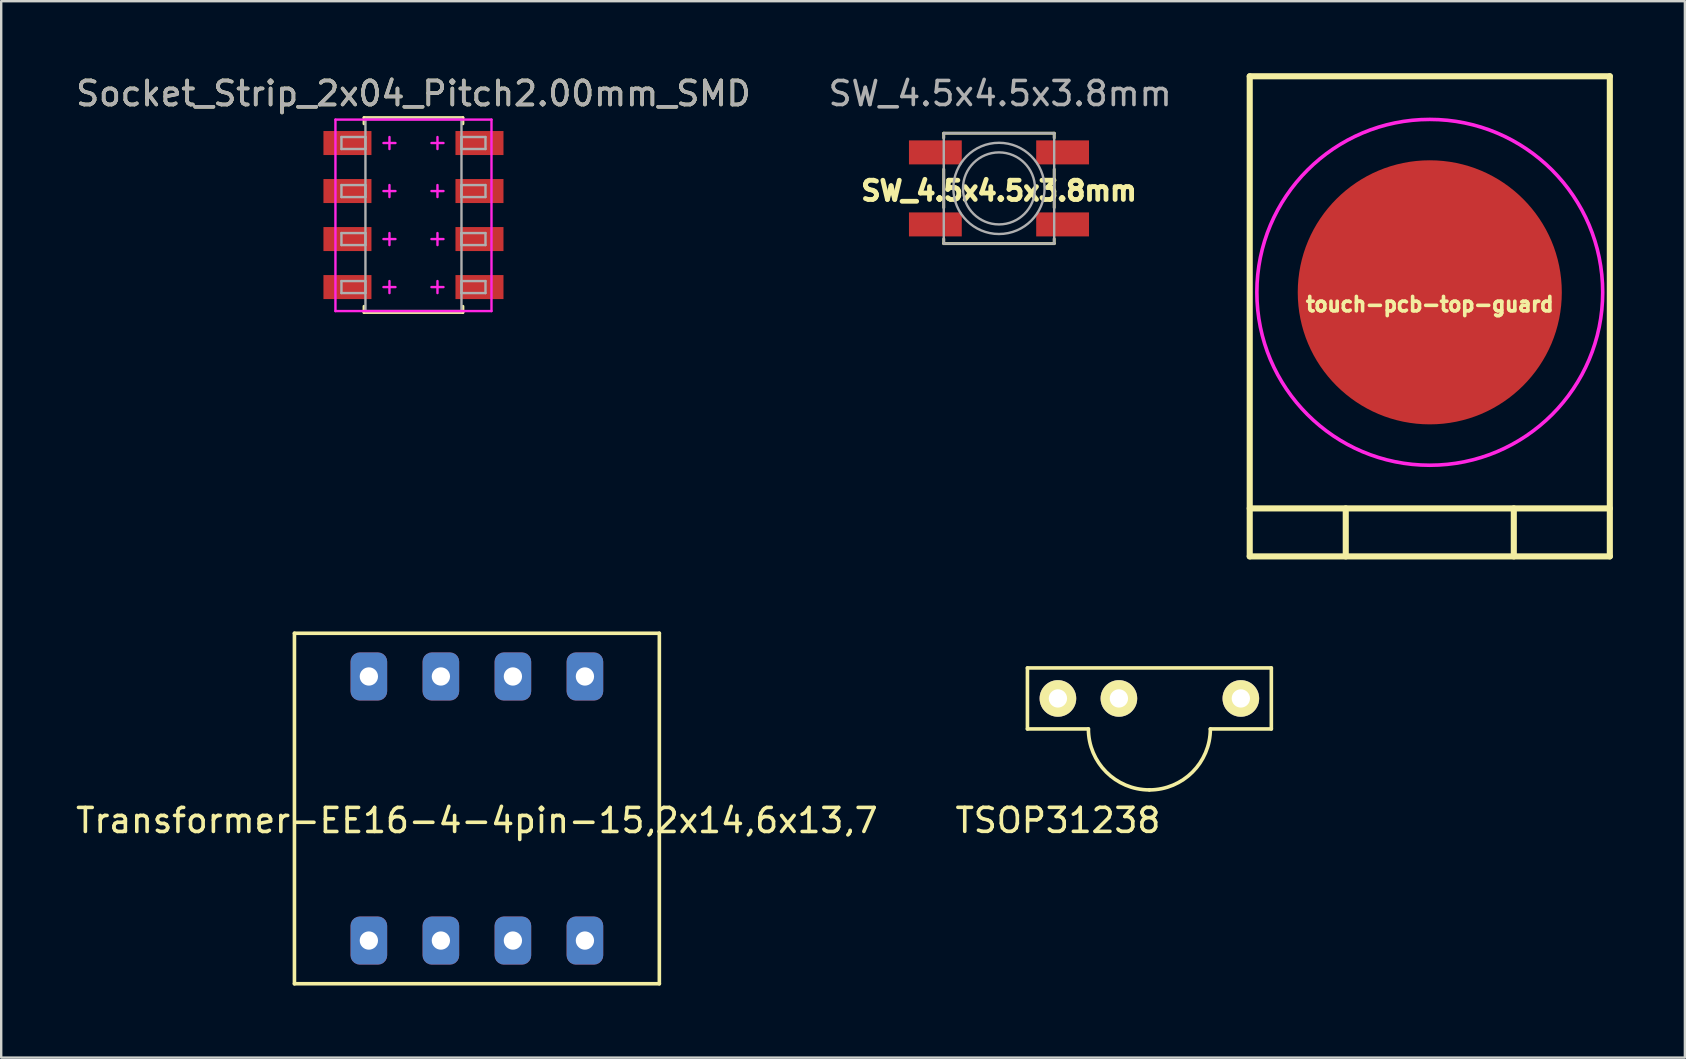
<source format=kicad_pcb>
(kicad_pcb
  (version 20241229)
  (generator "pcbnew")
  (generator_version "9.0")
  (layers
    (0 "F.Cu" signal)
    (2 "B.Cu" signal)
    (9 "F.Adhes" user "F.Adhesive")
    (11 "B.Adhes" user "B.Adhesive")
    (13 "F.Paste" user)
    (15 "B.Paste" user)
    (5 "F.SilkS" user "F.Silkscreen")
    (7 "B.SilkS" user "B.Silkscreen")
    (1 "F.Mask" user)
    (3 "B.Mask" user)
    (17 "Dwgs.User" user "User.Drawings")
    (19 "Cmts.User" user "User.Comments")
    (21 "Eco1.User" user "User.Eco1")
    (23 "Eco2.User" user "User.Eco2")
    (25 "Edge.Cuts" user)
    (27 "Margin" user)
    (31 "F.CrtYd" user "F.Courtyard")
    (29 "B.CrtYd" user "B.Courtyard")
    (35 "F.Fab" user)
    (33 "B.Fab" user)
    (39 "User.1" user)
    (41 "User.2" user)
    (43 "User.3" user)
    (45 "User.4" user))
  (footprint "touch-pcb-top-guard"
    (layer "F.Cu")
    (at 56.508 9.127)
    (property "Reference" "touch-pcb-top-guard" (at 0 0.5 0) (layer "F.SilkS") (effects (font (size 0.6 0.6) (thickness 0.15))))
    (attr through_hole)
    (fp_line (start -7.5 -9) (end 7.5 -9) (stroke (width 0.254) (type solid)) (layer "F.SilkS"))
    (fp_line (start -7.5 9) (end 7.5 9) (stroke (width 0.254) (type solid)) (layer "F.SilkS"))
    (fp_line (start -7.5 11) (end -7.5 -9) (stroke (width 0.254) (type solid)) (layer "F.SilkS"))
    (fp_line (start -3.5 9) (end -3.5 11) (stroke (width 0.254) (type solid)) (layer "F.SilkS"))
    (fp_line (start 3.5 9) (end 3.5 11) (stroke (width 0.254) (type solid)) (layer "F.SilkS"))
    (fp_line (start 7.5 -9) (end 7.5 11) (stroke (width 0.254) (type solid)) (layer "F.SilkS"))
    (fp_line (start 7.5 11) (end -7.5 11) (stroke (width 0.254) (type solid)) (layer "F.SilkS"))
    (fp_circle (center 0 0) (end 7.2 0.2) (stroke (width 0.15) (type solid)) (fill no) (layer "F.CrtYd"))
    (pad "1" smd circle (at 0 0) (size 11 11) (layers "F.Cu")))
  (footprint "SW_4.5x4.5x3.8mm"
    (layer "F.Cu")
    (at 38.563 4.798)
    (property "Reference" "SW_4.5x4.5x3.8mm" (at 0 0.1 0) (layer "F.SilkS") (effects (font (size 0.8 0.8) (thickness 0.2))))
    (attr smd)
    (fp_line (start -2.3 -2.3) (end -2.3 -2.1) (stroke (width 0.12) (type solid)) (layer "F.SilkS"))
    (fp_line (start -2.3 -0.8) (end -2.3 0.8) (stroke (width 0.12) (type solid)) (layer "F.SilkS"))
    (fp_line (start -2.3 2.3) (end -2.3 2.1) (stroke (width 0.12) (type solid)) (layer "F.SilkS"))
    (fp_line (start -2.3 2.3) (end 2.3 2.3) (stroke (width 0.12) (type solid)) (layer "F.SilkS"))
    (fp_line (start 2.3 -2.3) (end -2.3 -2.3) (stroke (width 0.12) (type solid)) (layer "F.SilkS"))
    (fp_line (start 2.3 -2.3) (end 2.3 -2.1) (stroke (width 0.12) (type solid)) (layer "F.SilkS"))
    (fp_line (start 2.3 -0.8) (end 2.3 0.8) (stroke (width 0.12) (type solid)) (layer "F.SilkS"))
    (fp_line (start 2.3 2.3) (end 2.3 2.1) (stroke (width 0.12) (type solid)) (layer "F.SilkS"))
    (fp_line (start -2.3 -2.3) (end 2.3 -2.3) (stroke (width 0.1) (type solid)) (layer "F.Fab"))
    (fp_line (start -2.3 2.3) (end -2.3 -2.3) (stroke (width 0.1) (type solid)) (layer "F.Fab"))
    (fp_line (start 2.3 -2.3) (end 2.3 2.3) (stroke (width 0.1) (type solid)) (layer "F.Fab"))
    (fp_line (start 2.3 2.3) (end -2.3 2.3) (stroke (width 0.1) (type solid)) (layer "F.Fab"))
    (fp_circle (center 0 0) (end 1.5 0) (stroke (width 0.1) (type solid)) (fill no) (layer "F.Fab"))
    (fp_circle (center 0 0) (end 1.9 0) (stroke (width 0.1) (type solid)) (fill no) (layer "F.Fab"))
    (fp_text user "${REFERENCE}" (at 0.05 -3.95 0) (layer "F.Fab") (effects (font (size 1 1) (thickness 0.15))))
    (pad "1" smd rect (at -2.65 -1.5) (size 2.2 1) (layers "F.Cu" "F.Mask" "F.Paste"))
    (pad "1" smd rect (at 2.65 -1.5) (size 2.2 1) (layers "F.Cu" "F.Mask" "F.Paste"))
    (pad "2" smd rect (at -2.65 1.5) (size 2.2 1) (layers "F.Cu" "F.Mask" "F.Paste"))
    (pad "2" smd rect (at 2.65 1.5) (size 2.2 1) (layers "F.Cu" "F.Mask" "F.Paste")))
  (footprint "Socket_Strip_2x04_Pitch2.00mm_SMD"
    (layer "F.Cu")
    (at 14.173 5.908)
    (property "Reference" "Socket_Strip_2x04_Pitch2.00mm_SMD" (at 0 -5.06 0) (layer "F.SilkS") (effects (font (size 1 1) (thickness 0.15))))
    (attr smd)
    (fp_line (start -2.06 -4.06) (end 2.06 -4.06) (stroke (width 0.12) (type solid)) (layer "F.SilkS"))
    (fp_line (start -2.06 -3.8) (end -2.06 -4.06) (stroke (width 0.12) (type solid)) (layer "F.SilkS"))
    (fp_line (start -2.06 3.8) (end -2.06 4.06) (stroke (width 0.12) (type solid)) (layer "F.SilkS"))
    (fp_line (start -2.06 4.06) (end 2.06 4.06) (stroke (width 0.12) (type solid)) (layer "F.SilkS"))
    (fp_line (start 2.06 -4.06) (end 2.06 -3.8) (stroke (width 0.12) (type solid)) (layer "F.SilkS"))
    (fp_line (start 2.06 4.06) (end 2.06 3.8) (stroke (width 0.12) (type solid)) (layer "F.SilkS"))
    (fp_line (start -3.25 -3.975) (end 3.25 -3.975) (stroke (width 0.1) (type solid)) (layer "F.CrtYd"))
    (fp_line (start -3.25 4) (end -3.25 -3.975) (stroke (width 0.1) (type solid)) (layer "F.CrtYd"))
    (fp_line (start -1.25 -3) (end -0.75 -3) (stroke (width 0.1) (type solid)) (layer "F.CrtYd"))
    (fp_line (start -1 -2.75) (end -1 -3.25) (stroke (width 0.1) (type solid)) (layer "F.CrtYd"))
    (fp_line (start -1 -0.75) (end -1 -1.25) (stroke (width 0.1) (type solid)) (layer "F.CrtYd"))
    (fp_line (start -1 1.25) (end -1 0.75) (stroke (width 0.1) (type solid)) (layer "F.CrtYd"))
    (fp_line (start -1 3.25) (end -1 2.75) (stroke (width 0.1) (type solid)) (layer "F.CrtYd"))
    (fp_line (start -0.75 -1) (end -1.25 -1) (stroke (width 0.1) (type solid)) (layer "F.CrtYd"))
    (fp_line (start -0.75 1) (end -1.25 1) (stroke (width 0.1) (type solid)) (layer "F.CrtYd"))
    (fp_line (start -0.75 3) (end -1.25 3) (stroke (width 0.1) (type solid)) (layer "F.CrtYd"))
    (fp_line (start 0.75 -3) (end 1.25 -3) (stroke (width 0.1) (type solid)) (layer "F.CrtYd"))
    (fp_line (start 1 -3.25) (end 1 -2.75) (stroke (width 0.1) (type solid)) (layer "F.CrtYd"))
    (fp_line (start 1 -0.75) (end 1 -1.25) (stroke (width 0.1) (type solid)) (layer "F.CrtYd"))
    (fp_line (start 1 1.25) (end 1 0.75) (stroke (width 0.1) (type solid)) (layer "F.CrtYd"))
    (fp_line (start 1 3.25) (end 1 2.75) (stroke (width 0.1) (type solid)) (layer "F.CrtYd"))
    (fp_line (start 1.25 -1) (end 0.75 -1) (stroke (width 0.1) (type solid)) (layer "F.CrtYd"))
    (fp_line (start 1.25 1) (end 0.75 1) (stroke (width 0.1) (type solid)) (layer "F.CrtYd"))
    (fp_line (start 1.25 3) (end 0.75 3) (stroke (width 0.1) (type solid)) (layer "F.CrtYd"))
    (fp_line (start 3.25 -3.975) (end 3.25 4) (stroke (width 0.1) (type solid)) (layer "F.CrtYd"))
    (fp_line (start 3.25 4) (end -3.25 4) (stroke (width 0.1) (type solid)) (layer "F.CrtYd"))
    (fp_line (start -3 -3.25) (end -2 -3.25) (stroke (width 0.1) (type solid)) (layer "F.Fab"))
    (fp_line (start -3 -2.75) (end -3 -3.25) (stroke (width 0.1) (type solid)) (layer "F.Fab"))
    (fp_line (start -3 -1.25) (end -2 -1.25) (stroke (width 0.1) (type solid)) (layer "F.Fab"))
    (fp_line (start -3 -0.75) (end -3 -1.25) (stroke (width 0.1) (type solid)) (layer "F.Fab"))
    (fp_line (start -3 0.75) (end -2 0.75) (stroke (width 0.1) (type solid)) (layer "F.Fab"))
    (fp_line (start -3 1.25) (end -3 0.75) (stroke (width 0.1) (type solid)) (layer "F.Fab"))
    (fp_line (start -3 2.75) (end -2 2.75) (stroke (width 0.1) (type solid)) (layer "F.Fab"))
    (fp_line (start -3 3.25) (end -3 2.75) (stroke (width 0.1) (type solid)) (layer "F.Fab"))
    (fp_line (start -2 -4) (end -2 4) (stroke (width 0.1) (type solid)) (layer "F.Fab"))
    (fp_line (start -2 -3.25) (end -2 -2.75) (stroke (width 0.1) (type solid)) (layer "F.Fab"))
    (fp_line (start -2 -2.75) (end -3 -2.75) (stroke (width 0.1) (type solid)) (layer "F.Fab"))
    (fp_line (start -2 -1.25) (end -2 -0.75) (stroke (width 0.1) (type solid)) (layer "F.Fab"))
    (fp_line (start -2 -0.75) (end -3 -0.75) (stroke (width 0.1) (type solid)) (layer "F.Fab"))
    (fp_line (start -2 0.75) (end -2 1.25) (stroke (width 0.1) (type solid)) (layer "F.Fab"))
    (fp_line (start -2 1.25) (end -3 1.25) (stroke (width 0.1) (type solid)) (layer "F.Fab"))
    (fp_line (start -2 2.75) (end -2 3.25) (stroke (width 0.1) (type solid)) (layer "F.Fab"))
    (fp_line (start -2 3.25) (end -3 3.25) (stroke (width 0.1) (type solid)) (layer "F.Fab"))
    (fp_line (start -2 4) (end 2 4) (stroke (width 0.1) (type solid)) (layer "F.Fab"))
    (fp_line (start 2 -4) (end -2 -4) (stroke (width 0.1) (type solid)) (layer "F.Fab"))
    (fp_line (start 2 -3.25) (end 2 -2.75) (stroke (width 0.1) (type solid)) (layer "F.Fab"))
    (fp_line (start 2 -2.75) (end 3 -2.75) (stroke (width 0.1) (type solid)) (layer "F.Fab"))
    (fp_line (start 2 -1.25) (end 2 -0.75) (stroke (width 0.1) (type solid)) (layer "F.Fab"))
    (fp_line (start 2 -0.75) (end 3 -0.75) (stroke (width 0.1) (type solid)) (layer "F.Fab"))
    (fp_line (start 2 0.75) (end 2 1.25) (stroke (width 0.1) (type solid)) (layer "F.Fab"))
    (fp_line (start 2 1.25) (end 3 1.25) (stroke (width 0.1) (type solid)) (layer "F.Fab"))
    (fp_line (start 2 2.75) (end 2 3.25) (stroke (width 0.1) (type solid)) (layer "F.Fab"))
    (fp_line (start 2 3.25) (end 3 3.25) (stroke (width 0.1) (type solid)) (layer "F.Fab"))
    (fp_line (start 2 4) (end 2 -4) (stroke (width 0.1) (type solid)) (layer "F.Fab"))
    (fp_line (start 3 -3.25) (end 2 -3.25) (stroke (width 0.1) (type solid)) (layer "F.Fab"))
    (fp_line (start 3 -2.75) (end 3 -3.25) (stroke (width 0.1) (type solid)) (layer "F.Fab"))
    (fp_line (start 3 -1.25) (end 2 -1.25) (stroke (width 0.1) (type solid)) (layer "F.Fab"))
    (fp_line (start 3 -0.75) (end 3 -1.25) (stroke (width 0.1) (type solid)) (layer "F.Fab"))
    (fp_line (start 3 0.75) (end 2 0.75) (stroke (width 0.1) (type solid)) (layer "F.Fab"))
    (fp_line (start 3 1.25) (end 3 0.75) (stroke (width 0.1) (type solid)) (layer "F.Fab"))
    (fp_line (start 3 2.75) (end 2 2.75) (stroke (width 0.1) (type solid)) (layer "F.Fab"))
    (fp_line (start 3 3.25) (end 3 2.75) (stroke (width 0.1) (type solid)) (layer "F.Fab"))
    (fp_text user "${REFERENCE}" (at 0 -5.06 0) (layer "F.Fab") (effects (font (size 1 1) (thickness 0.15))))
    (pad "1" smd rect (at 2.75 -3) (size 2 1) (layers "F.Cu" "F.Mask" "F.Paste"))
    (pad "2" smd rect (at -2.75 -3) (size 2 1) (layers "F.Cu" "F.Mask" "F.Paste"))
    (pad "3" smd rect (at 2.75 -1) (size 2 1) (layers "F.Cu" "F.Mask" "F.Paste"))
    (pad "4" smd rect (at -2.75 -1) (size 2 1) (layers "F.Cu" "F.Mask" "F.Paste"))
    (pad "5" smd rect (at 2.75 1) (size 2 1) (layers "F.Cu" "F.Mask" "F.Paste"))
    (pad "6" smd rect (at -2.75 1) (size 2 1) (layers "F.Cu" "F.Mask" "F.Paste"))
    (pad "7" smd rect (at 2.75 3) (size 2 1) (layers "F.Cu" "F.Mask" "F.Paste"))
    (pad "8" smd rect (at -2.75 3) (size 2 1) (layers "F.Cu" "F.Mask" "F.Paste")))
  (footprint "TSOP31238"
    (layer "F.Cu")
    (at 43.558 23.504)
    (property "Reference" "TSOP31238" (at -2.54 7.62 0) (layer "F.SilkS") (effects (font (size 1 1) (thickness 0.15))))
    (attr through_hole)
    (fp_line (start -3.81 1.27) (end 6.35 1.27) (stroke (width 0.15) (type solid)) (layer "F.SilkS"))
    (fp_line (start -3.81 3.81) (end -3.81 1.27) (stroke (width 0.15) (type solid)) (layer "F.SilkS"))
    (fp_line (start -1.27 3.81) (end -3.81 3.81) (stroke (width 0.15) (type solid)) (layer "F.SilkS"))
    (fp_line (start 6.35 1.27) (end 6.35 3.81) (stroke (width 0.15) (type solid)) (layer "F.SilkS"))
    (fp_line (start 6.35 3.81) (end 3.81 3.81) (stroke (width 0.15) (type solid)) (layer "F.SilkS"))
    (fp_arc (start 1.27 6.35) (mid -0.526051 5.606051) (end -1.27 3.81) (stroke (width 0.15) (type solid)) (layer "F.SilkS"))
    (fp_arc (start 3.81 3.81) (mid 3.066051 5.606051) (end 1.27 6.35) (stroke (width 0.15) (type solid)) (layer "F.SilkS"))
    (pad "1" thru_hole circle (at -2.54 2.54) (size 1.524 1.524) (drill 0.762) (layers "*.Cu" "*.Mask" "F.SilkS"))
    (pad "2" thru_hole circle (at 0 2.54) (size 1.524 1.524) (drill 0.762) (layers "*.Cu" "*.Mask" "F.SilkS"))
    (pad "3" thru_hole circle (at 5.08 2.54) (size 1.524 1.524) (drill 0.762) (layers "*.Cu" "*.Mask" "F.SilkS")))
  (footprint "Transformer-EE16-4-4pin-15,2x14,6x13,7"
    (layer "F.Cu")
    (at 16.815 30.629)
    (property "Reference" "Transformer-EE16-4-4pin-15,2x14,6x13,7" (at 0 0.5 0) (layer "F.SilkS") (effects (font (size 1 1) (thickness 0.15))))
    (attr through_hole)
    (fp_line (start -7.6 -7.3) (end -7.6 7.3) (stroke (width 0.15) (type solid)) (layer "F.SilkS"))
    (fp_line (start -7.6 7.3) (end 7.6 7.3) (stroke (width 0.15) (type solid)) (layer "F.SilkS"))
    (fp_line (start 7.6 -7.3) (end -7.6 -7.3) (stroke (width 0.15) (type solid)) (layer "F.SilkS"))
    (fp_line (start 7.6 7.3) (end 7.6 -7.3) (stroke (width 0.15) (type solid)) (layer "F.SilkS"))
    (pad "1" thru_hole roundrect (at -4.5 5.5) (size 1.524 2) (drill 0.762) (layers "*.Cu" "*.Mask") (roundrect_rratio 0.25))
    (pad "2" thru_hole roundrect (at -1.5 5.5) (size 1.524 2) (drill 0.762) (layers "*.Cu" "*.Mask") (roundrect_rratio 0.25))
    (pad "3" thru_hole roundrect (at 1.5 5.5) (size 1.524 2) (drill 0.762) (layers "*.Cu" "*.Mask") (roundrect_rratio 0.25))
    (pad "4" thru_hole roundrect (at 4.5 5.5) (size 1.524 2) (drill 0.762) (layers "*.Cu" "*.Mask") (roundrect_rratio 0.25))
    (pad "5" thru_hole roundrect (at 4.5 -5.5) (size 1.524 2) (drill 0.762) (layers "*.Cu" "*.Mask") (roundrect_rratio 0.25))
    (pad "6" thru_hole roundrect (at 1.5 -5.5) (size 1.524 2) (drill 0.762) (layers "*.Cu" "*.Mask") (roundrect_rratio 0.25))
    (pad "7" thru_hole roundrect (at -1.5 -5.5) (size 1.524 2) (drill 0.762) (layers "*.Cu" "*.Mask") (roundrect_rratio 0.25))
    (pad "8" thru_hole roundrect (at -4.5 -5.5) (size 1.524 2) (drill 0.762) (layers "*.Cu" "*.Mask") (roundrect_rratio 0.25)))
  (gr_rect
    (start -3 -3)
    (end 67.135 41.004)
    (stroke (width 0.1) (type default))
    (fill no)
    (layer "Edge.Cuts")))
</source>
